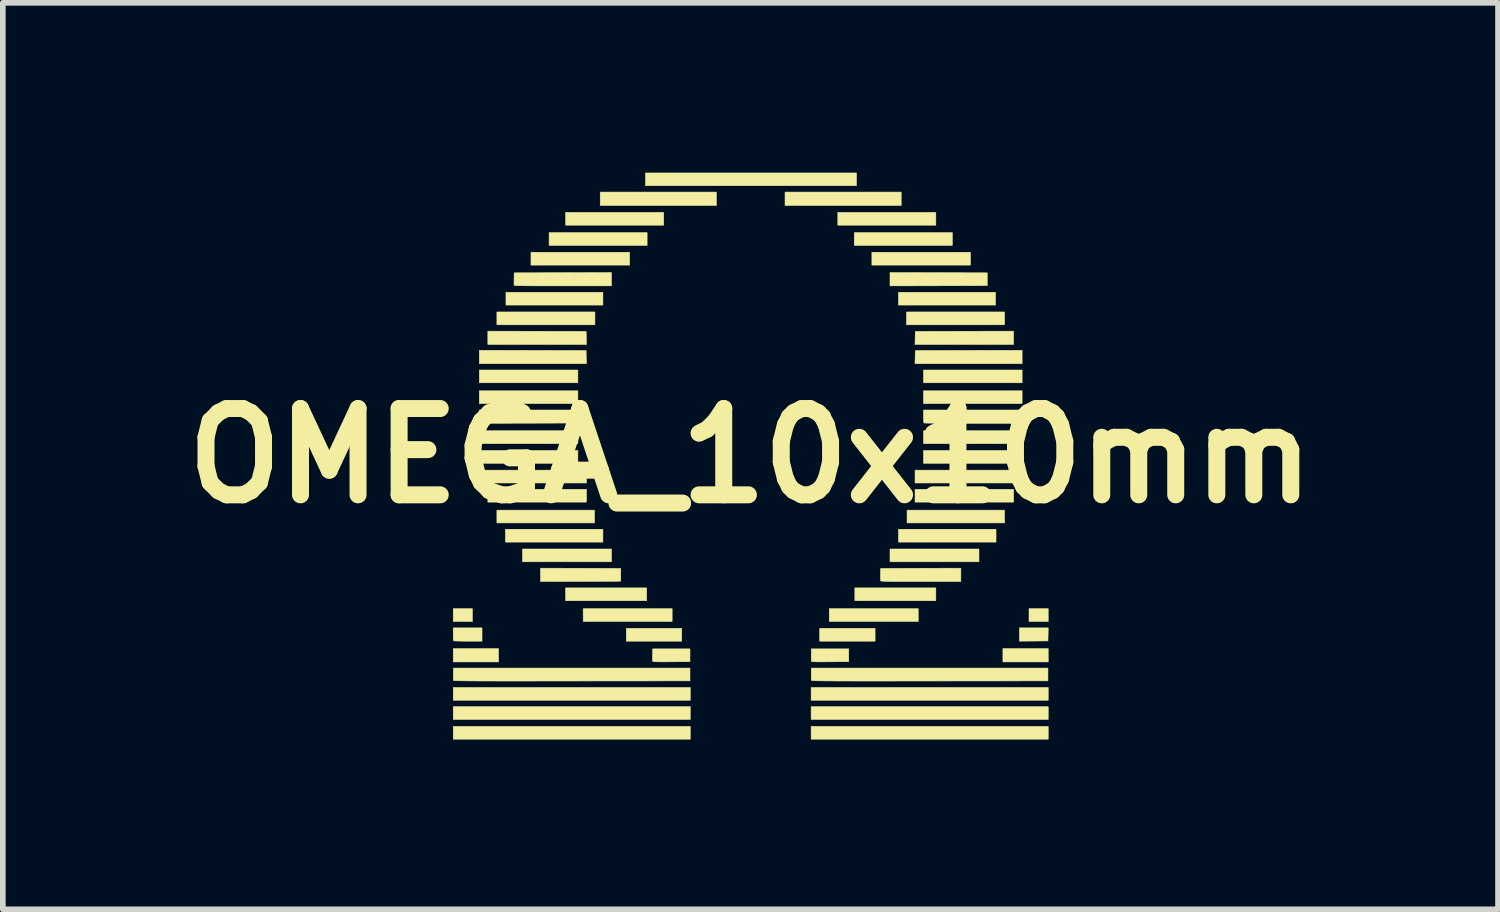
<source format=kicad_pcb>
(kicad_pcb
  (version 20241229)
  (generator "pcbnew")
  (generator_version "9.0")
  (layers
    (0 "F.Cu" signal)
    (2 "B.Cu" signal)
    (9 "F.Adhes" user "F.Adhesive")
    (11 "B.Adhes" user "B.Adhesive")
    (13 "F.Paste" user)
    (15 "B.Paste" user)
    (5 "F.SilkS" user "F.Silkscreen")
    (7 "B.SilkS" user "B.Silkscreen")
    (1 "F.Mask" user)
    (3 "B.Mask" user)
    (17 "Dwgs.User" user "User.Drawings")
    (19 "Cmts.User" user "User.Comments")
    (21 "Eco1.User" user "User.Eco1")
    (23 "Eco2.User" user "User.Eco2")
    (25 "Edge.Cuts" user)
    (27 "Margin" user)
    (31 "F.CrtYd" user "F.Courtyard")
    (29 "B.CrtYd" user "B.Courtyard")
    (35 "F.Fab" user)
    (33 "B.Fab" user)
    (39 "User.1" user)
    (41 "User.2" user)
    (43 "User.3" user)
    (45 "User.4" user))
  (footprint "OMEGA_10x10mm"
    (layer "F.Cu")
    (at 10.204 5)
    (property "Reference" "OMEGA_10x10mm" (at 0 0 0) (layer "F.SilkS") (effects (font (size 1.524 1.524) (thickness 0.3))))
    (attr through_hole)
    (fp_poly (pts (xy -4.911 2.926) (xy -5.249 2.926) (xy -5.249 2.7) (xy -4.911 2.7) (xy -4.911 2.926)) (stroke (width 0.01) (type solid)) (fill yes) (layer "F.SilkS"))
    (fp_poly (pts (xy -4.45 3.641) (xy -5.249 3.641) (xy -5.249 3.405) (xy -4.45 3.405) (xy -4.45 3.641)) (stroke (width 0.01) (type solid)) (fill yes) (layer "F.SilkS"))
    (fp_poly (pts (xy -3.048 -1.289) (xy -4.788 -1.289) (xy -4.788 -1.515) (xy -3.048 -1.515) (xy -3.048 -1.289)) (stroke (width 0.01) (type solid)) (fill yes) (layer "F.SilkS"))
    (fp_poly (pts (xy -3.048 -0.922) (xy -4.788 -0.922) (xy -4.788 -1.148) (xy -3.048 -1.148) (xy -3.048 -0.922)) (stroke (width 0.01) (type solid)) (fill yes) (layer "F.SilkS"))
    (fp_poly (pts (xy -3.048 -0.216) (xy -4.788 -0.216) (xy -4.788 -0.442) (xy -3.048 -0.442) (xy -3.048 -0.216)) (stroke (width 0.01) (type solid)) (fill yes) (layer "F.SilkS"))
    (fp_poly (pts (xy -3.048 0.132) (xy -4.788 0.132) (xy -4.788 -0.094) (xy -3.048 -0.094) (xy -3.048 0.132)) (stroke (width 0.01) (type solid)) (fill yes) (layer "F.SilkS"))
    (fp_poly (pts (xy -2.897 0.48) (xy -4.788 0.48) (xy -4.788 0.254) (xy -2.897 0.254) (xy -2.897 0.48)) (stroke (width 0.01) (type solid)) (fill yes) (layer "F.SilkS"))
    (fp_poly (pts (xy -2.897 0.818) (xy -4.638 0.818) (xy -4.638 0.593) (xy -2.897 0.593) (xy -2.897 0.818)) (stroke (width 0.01) (type solid)) (fill yes) (layer "F.SilkS"))
    (fp_poly (pts (xy -2.756 1.185) (xy -4.478 1.185) (xy -4.478 0.96) (xy -2.756 0.96) (xy -2.756 1.185)) (stroke (width 0.01) (type solid)) (fill yes) (layer "F.SilkS"))
    (fp_poly (pts (xy -2.747 -2.314) (xy -4.478 -2.314) (xy -4.478 -2.54) (xy -2.747 -2.54) (xy -2.747 -2.314)) (stroke (width 0.01) (type solid)) (fill yes) (layer "F.SilkS"))
    (fp_poly (pts (xy -2.606 -2.662) (xy -4.318 -2.662) (xy -4.318 -2.888) (xy -2.606 -2.888) (xy -2.606 -2.662)) (stroke (width 0.01) (type solid)) (fill yes) (layer "F.SilkS"))
    (fp_poly (pts (xy -2.606 1.524) (xy -4.327 1.524) (xy -4.327 1.298) (xy -2.606 1.298) (xy -2.606 1.524)) (stroke (width 0.01) (type solid)) (fill yes) (layer "F.SilkS"))
    (fp_poly (pts (xy -2.455 1.872) (xy -4.026 1.872) (xy -4.026 1.646) (xy -2.455 1.646) (xy -2.455 1.872)) (stroke (width 0.01) (type solid)) (fill yes) (layer "F.SilkS"))
    (fp_poly (pts (xy -2.135 -3.368) (xy -3.876 -3.368) (xy -3.876 -3.594) (xy -2.135 -3.594) (xy -2.135 -3.368)) (stroke (width 0.01) (type solid)) (fill yes) (layer "F.SilkS"))
    (fp_poly (pts (xy -1.834 2.559) (xy -3.264 2.559) (xy -3.264 2.333) (xy -1.834 2.333) (xy -1.834 2.559)) (stroke (width 0.01) (type solid)) (fill yes) (layer "F.SilkS"))
    (fp_poly (pts (xy -1.825 -3.716) (xy -3.556 -3.716) (xy -3.556 -3.942) (xy -1.825 -3.942) (xy -1.825 -3.716)) (stroke (width 0.01) (type solid)) (fill yes) (layer "F.SilkS"))
    (fp_poly (pts (xy -1.533 -4.073) (xy -3.264 -4.073) (xy -3.264 -4.299) (xy -1.533 -4.299) (xy -1.533 -4.073)) (stroke (width 0.01) (type solid)) (fill yes) (layer "F.SilkS"))
    (fp_poly (pts (xy -1.383 2.926) (xy -2.954 2.926) (xy -2.954 2.7) (xy -1.383 2.7) (xy -1.383 2.926)) (stroke (width 0.01) (type solid)) (fill yes) (layer "F.SilkS"))
    (fp_poly (pts (xy -1.214 3.274) (xy -2.192 3.274) (xy -2.192 3.048) (xy -1.214 3.048) (xy -1.214 3.274)) (stroke (width 0.01) (type solid)) (fill yes) (layer "F.SilkS"))
    (fp_poly (pts (xy -1.063 4.318) (xy -5.249 4.318) (xy -5.249 4.092) (xy -1.063 4.092) (xy -1.063 4.318)) (stroke (width 0.01) (type solid)) (fill yes) (layer "F.SilkS"))
    (fp_poly (pts (xy -1.063 4.657) (xy -5.249 4.657) (xy -5.249 4.431) (xy -1.063 4.431) (xy -1.063 4.657)) (stroke (width 0.01) (type solid)) (fill yes) (layer "F.SilkS"))
    (fp_poly (pts (xy -1.063 5.005) (xy -5.249 5.005) (xy -5.249 4.779) (xy -1.063 4.779) (xy -1.063 5.005)) (stroke (width 0.01) (type solid)) (fill yes) (layer "F.SilkS"))
    (fp_poly (pts (xy -0.602 -4.421) (xy -2.653 -4.421) (xy -2.653 -4.657) (xy -0.602 -4.657) (xy -0.602 -4.421)) (stroke (width 0.01) (type solid)) (fill yes) (layer "F.SilkS"))
    (fp_poly (pts (xy 1.872 -4.77) (xy -1.853 -4.77) (xy -1.853 -4.995) (xy 1.872 -4.995) (xy 1.872 -4.77)) (stroke (width 0.01) (type solid)) (fill yes) (layer "F.SilkS"))
    (fp_poly (pts (xy 2.201 3.274) (xy 1.223 3.274) (xy 1.223 3.048) (xy 2.201 3.048) (xy 2.201 3.274)) (stroke (width 0.01) (type solid)) (fill yes) (layer "F.SilkS"))
    (fp_poly (pts (xy 2.662 -4.421) (xy 0.611 -4.421) (xy 0.611 -4.657) (xy 2.662 -4.657) (xy 2.662 -4.421)) (stroke (width 0.01) (type solid)) (fill yes) (layer "F.SilkS"))
    (fp_poly (pts (xy 2.963 2.926) (xy 1.392 2.926) (xy 1.392 2.7) (xy 2.963 2.7) (xy 2.963 2.926)) (stroke (width 0.01) (type solid)) (fill yes) (layer "F.SilkS"))
    (fp_poly (pts (xy 3.274 -4.073) (xy 1.543 -4.073) (xy 1.543 -4.299) (xy 3.274 -4.299) (xy 3.274 -4.073)) (stroke (width 0.01) (type solid)) (fill yes) (layer "F.SilkS"))
    (fp_poly (pts (xy 3.274 2.559) (xy 1.844 2.559) (xy 1.844 2.333) (xy 3.274 2.333) (xy 3.274 2.559)) (stroke (width 0.01) (type solid)) (fill yes) (layer "F.SilkS"))
    (fp_poly (pts (xy 3.565 -3.716) (xy 1.834 -3.716) (xy 1.834 -3.942) (xy 3.565 -3.942) (xy 3.565 -3.716)) (stroke (width 0.01) (type solid)) (fill yes) (layer "F.SilkS"))
    (fp_poly (pts (xy 3.885 -3.368) (xy 2.145 -3.368) (xy 2.145 -3.594) (xy 3.885 -3.594) (xy 3.885 -3.368)) (stroke (width 0.01) (type solid)) (fill yes) (layer "F.SilkS"))
    (fp_poly (pts (xy 4.036 1.872) (xy 2.465 1.872) (xy 2.465 1.646) (xy 4.036 1.646) (xy 4.036 1.872)) (stroke (width 0.01) (type solid)) (fill yes) (layer "F.SilkS"))
    (fp_poly (pts (xy 4.327 -2.662) (xy 2.615 -2.662) (xy 2.615 -2.888) (xy 4.327 -2.888) (xy 4.327 -2.662)) (stroke (width 0.01) (type solid)) (fill yes) (layer "F.SilkS"))
    (fp_poly (pts (xy 4.337 1.524) (xy 2.615 1.524) (xy 2.615 1.298) (xy 4.337 1.298) (xy 4.337 1.524)) (stroke (width 0.01) (type solid)) (fill yes) (layer "F.SilkS"))
    (fp_poly (pts (xy 4.487 -2.314) (xy 2.756 -2.314) (xy 2.756 -2.54) (xy 4.487 -2.54) (xy 4.487 -2.314)) (stroke (width 0.01) (type solid)) (fill yes) (layer "F.SilkS"))
    (fp_poly (pts (xy 4.487 1.185) (xy 2.766 1.185) (xy 2.766 0.96) (xy 4.487 0.96) (xy 4.487 1.185)) (stroke (width 0.01) (type solid)) (fill yes) (layer "F.SilkS"))
    (fp_poly (pts (xy 4.647 0.818) (xy 2.907 0.818) (xy 2.907 0.593) (xy 4.647 0.593) (xy 4.647 0.818)) (stroke (width 0.01) (type solid)) (fill yes) (layer "F.SilkS"))
    (fp_poly (pts (xy 4.798 -1.289) (xy 3.057 -1.289) (xy 3.057 -1.515) (xy 4.798 -1.515) (xy 4.798 -1.289)) (stroke (width 0.01) (type solid)) (fill yes) (layer "F.SilkS"))
    (fp_poly (pts (xy 4.798 -0.922) (xy 3.057 -0.922) (xy 3.057 -1.148) (xy 4.798 -1.148) (xy 4.798 -0.922)) (stroke (width 0.01) (type solid)) (fill yes) (layer "F.SilkS"))
    (fp_poly (pts (xy 4.798 -0.216) (xy 3.057 -0.216) (xy 3.057 -0.442) (xy 4.798 -0.442) (xy 4.798 -0.216)) (stroke (width 0.01) (type solid)) (fill yes) (layer "F.SilkS"))
    (fp_poly (pts (xy 4.798 0.132) (xy 3.057 0.132) (xy 3.057 -0.094) (xy 4.798 -0.094) (xy 4.798 0.132)) (stroke (width 0.01) (type solid)) (fill yes) (layer "F.SilkS"))
    (fp_poly (pts (xy 4.798 0.48) (xy 2.907 0.48) (xy 2.907 0.254) (xy 4.798 0.254) (xy 4.798 0.48)) (stroke (width 0.01) (type solid)) (fill yes) (layer "F.SilkS"))
    (fp_poly (pts (xy 5.259 2.926) (xy 4.92 2.926) (xy 4.92 2.7) (xy 5.259 2.7) (xy 5.259 2.926)) (stroke (width 0.01) (type solid)) (fill yes) (layer "F.SilkS"))
    (fp_poly (pts (xy 5.259 3.641) (xy 4.459 3.641) (xy 4.459 3.405) (xy 5.259 3.405) (xy 5.259 3.641)) (stroke (width 0.01) (type solid)) (fill yes) (layer "F.SilkS"))
    (fp_poly (pts (xy 5.259 4.318) (xy 1.072 4.318) (xy 1.072 4.092) (xy 5.259 4.092) (xy 5.259 4.318)) (stroke (width 0.01) (type solid)) (fill yes) (layer "F.SilkS"))
    (fp_poly (pts (xy 5.259 4.657) (xy 1.072 4.657) (xy 1.072 4.431) (xy 5.259 4.431) (xy 5.259 4.657)) (stroke (width 0.01) (type solid)) (fill yes) (layer "F.SilkS"))
    (fp_poly (pts (xy 5.259 5.005) (xy 1.072 5.005) (xy 1.072 4.779) (xy 5.259 4.779) (xy 5.259 5.005)) (stroke (width 0.01) (type solid)) (fill yes) (layer "F.SilkS"))
    (fp_poly (pts (xy -3.77 -2.199) (xy -2.902 -2.197) (xy -2.897 -1.966) (xy -4.638 -1.966) (xy -4.638 -2.201) (xy -3.77 -2.199)) (stroke (width 0.01) (type solid)) (fill yes) (layer "F.SilkS"))
    (fp_poly (pts (xy -2.902 -1.858) (xy -2.9 -1.743) (xy -2.897 -1.627) (xy -4.788 -1.627) (xy -4.788 -1.863) (xy -2.902 -1.858)) (stroke (width 0.01) (type solid)) (fill yes) (layer "F.SilkS"))
    (fp_poly (pts (xy 4.647 -1.966) (xy 2.906 -1.966) (xy 2.912 -2.197) (xy 3.779 -2.199) (xy 4.647 -2.201) (xy 4.647 -1.966)) (stroke (width 0.01) (type solid)) (fill yes) (layer "F.SilkS"))
    (fp_poly (pts (xy 4.798 -1.627) (xy 2.906 -1.627) (xy 2.909 -1.743) (xy 2.912 -1.858) (xy 4.798 -1.863) (xy 4.798 -1.627)) (stroke (width 0.01) (type solid)) (fill yes) (layer "F.SilkS"))
    (fp_poly (pts (xy -3.05 -0.694) (xy -3.053 -0.579) (xy -3.921 -0.576) (xy -4.788 -0.574) (xy -4.788 -0.809) (xy -3.047 -0.809) (xy -3.05 -0.694)) (stroke (width 0.01) (type solid)) (fill yes) (layer "F.SilkS"))
    (fp_poly (pts (xy -2.999 1.987) (xy -2.291 1.99) (xy -2.291 2.215) (xy -2.999 2.218) (xy -3.707 2.22) (xy -3.707 1.985) (xy -2.999 1.987)) (stroke (width 0.01) (type solid)) (fill yes) (layer "F.SilkS"))
    (fp_poly (pts (xy 3.323 -3.234) (xy 4.182 -3.231) (xy 4.182 -3.006) (xy 3.323 -3.003) (xy 2.465 -3.001) (xy 2.465 -3.236) (xy 3.323 -3.234)) (stroke (width 0.01) (type solid)) (fill yes) (layer "F.SilkS"))
    (fp_poly (pts (xy 5.257 3.154) (xy 5.254 3.269) (xy 5.002 3.272) (xy 4.751 3.274) (xy 4.751 3.039) (xy 5.259 3.039) (xy 5.257 3.154)) (stroke (width 0.01) (type solid)) (fill yes) (layer "F.SilkS"))
    (fp_poly (pts (xy -4.741 3.274) (xy -4.989 3.274) (xy -5.056 3.274) (xy -5.116 3.273) (xy -5.167 3.272) (xy -5.207 3.271) (xy -5.233 3.269) (xy -5.243 3.268) (xy -5.246 3.256) (xy -5.248 3.23) (xy -5.249 3.193) (xy -5.249 3.15) (xy -5.249 3.039) (xy -4.741 3.039) (xy -4.741 3.274)) (stroke (width 0.01) (type solid)) (fill yes) (layer "F.SilkS"))
    (fp_poly (pts (xy -1.068 3.636) (xy -1.395 3.638) (xy -1.485 3.639) (xy -1.558 3.639) (xy -1.615 3.639) (xy -1.658 3.638) (xy -1.69 3.637) (xy -1.71 3.635) (xy -1.722 3.632) (xy -1.727 3.629) (xy -1.727 3.628) (xy -1.729 3.614) (xy -1.729 3.586) (xy -1.73 3.548) (xy -1.729 3.513) (xy -1.726 3.41) (xy -1.068 3.41) (xy -1.068 3.636)) (stroke (width 0.01) (type solid)) (fill yes) (layer "F.SilkS"))
    (fp_poly (pts (xy 1.736 3.636) (xy 1.409 3.638) (xy 1.319 3.639) (xy 1.246 3.639) (xy 1.189 3.639) (xy 1.145 3.638) (xy 1.114 3.637) (xy 1.093 3.635) (xy 1.081 3.632) (xy 1.077 3.629) (xy 1.077 3.628) (xy 1.075 3.614) (xy 1.074 3.586) (xy 1.074 3.548) (xy 1.074 3.513) (xy 1.077 3.41) (xy 1.736 3.41) (xy 1.736 3.636)) (stroke (width 0.01) (type solid)) (fill yes) (layer "F.SilkS"))
    (fp_poly (pts (xy 4.798 -0.574) (xy 3.934 -0.574) (xy 3.808 -0.574) (xy 3.687 -0.574) (xy 3.574 -0.574) (xy 3.468 -0.575) (xy 3.372 -0.575) (xy 3.286 -0.576) (xy 3.212 -0.577) (xy 3.152 -0.577) (xy 3.106 -0.578) (xy 3.076 -0.579) (xy 3.064 -0.58) (xy 3.064 -0.58) (xy 3.061 -0.591) (xy 3.059 -0.618) (xy 3.058 -0.655) (xy 3.057 -0.698) (xy 3.057 -0.809) (xy 4.798 -0.809) (xy 4.798 -0.574)) (stroke (width 0.01) (type solid)) (fill yes) (layer "F.SilkS"))
    (fp_poly (pts (xy 3.716 2.22) (xy 3.01 2.22) (xy 2.874 2.22) (xy 2.756 2.22) (xy 2.654 2.22) (xy 2.568 2.219) (xy 2.496 2.219) (xy 2.437 2.218) (xy 2.391 2.217) (xy 2.355 2.215) (xy 2.329 2.214) (xy 2.312 2.212) (xy 2.303 2.21) (xy 2.299 2.208) (xy 2.298 2.194) (xy 2.297 2.165) (xy 2.297 2.127) (xy 2.297 2.093) (xy 2.3 1.99) (xy 3.008 1.987) (xy 3.716 1.985) (xy 3.716 2.22)) (stroke (width 0.01) (type solid)) (fill yes) (layer "F.SilkS"))
    (fp_poly (pts (xy -2.455 -3.001) (xy -3.312 -3.001) (xy -3.462 -3.001) (xy -3.595 -3.001) (xy -3.711 -3.001) (xy -3.811 -3.002) (xy -3.896 -3.002) (xy -3.968 -3.003) (xy -4.027 -3.004) (xy -4.075 -3.005) (xy -4.111 -3.006) (xy -4.139 -3.007) (xy -4.157 -3.009) (xy -4.168 -3.011) (xy -4.173 -3.013) (xy -4.173 -3.013) (xy -4.175 -3.027) (xy -4.175 -3.056) (xy -4.175 -3.094) (xy -4.175 -3.129) (xy -4.172 -3.231) (xy -2.455 -3.236) (xy -2.455 -3.001)) (stroke (width 0.01) (type solid)) (fill yes) (layer "F.SilkS"))
    (fp_poly (pts (xy -1.068 3.975) (xy -3.154 3.977) (xy -3.393 3.977) (xy -3.614 3.977) (xy -3.818 3.978) (xy -4.005 3.978) (xy -4.175 3.978) (xy -4.33 3.978) (xy -4.47 3.978) (xy -4.597 3.977) (xy -4.709 3.977) (xy -4.809 3.977) (xy -4.896 3.976) (xy -4.972 3.976) (xy -5.037 3.975) (xy -5.092 3.974) (xy -5.137 3.974) (xy -5.174 3.973) (xy -5.202 3.972) (xy -5.222 3.971) (xy -5.236 3.969) (xy -5.243 3.968) (xy -5.245 3.967) (xy -5.247 3.953) (xy -5.248 3.925) (xy -5.248 3.886) (xy -5.247 3.852) (xy -5.245 3.749) (xy -1.068 3.749) (xy -1.068 3.975)) (stroke (width 0.01) (type solid)) (fill yes) (layer "F.SilkS"))
    (fp_poly (pts (xy 5.254 3.975) (xy 3.168 3.977) (xy 2.928 3.977) (xy 2.707 3.977) (xy 2.504 3.978) (xy 2.317 3.978) (xy 2.147 3.978) (xy 1.992 3.978) (xy 1.851 3.978) (xy 1.725 3.977) (xy 1.613 3.977) (xy 1.513 3.977) (xy 1.426 3.976) (xy 1.35 3.976) (xy 1.285 3.975) (xy 1.23 3.974) (xy 1.185 3.974) (xy 1.148 3.973) (xy 1.12 3.972) (xy 1.1 3.971) (xy 1.086 3.969) (xy 1.078 3.968) (xy 1.077 3.967) (xy 1.075 3.953) (xy 1.074 3.925) (xy 1.074 3.886) (xy 1.074 3.852) (xy 1.077 3.749) (xy 5.254 3.749) (xy 5.254 3.975)) (stroke (width 0.01) (type solid)) (fill yes) (layer "F.SilkS")))
  (gr_rect
    (start -3 -3)
    (end 23.407 13.01)
    (stroke (width 0.1) (type default))
    (fill no)
    (layer "Edge.Cuts")))
</source>
